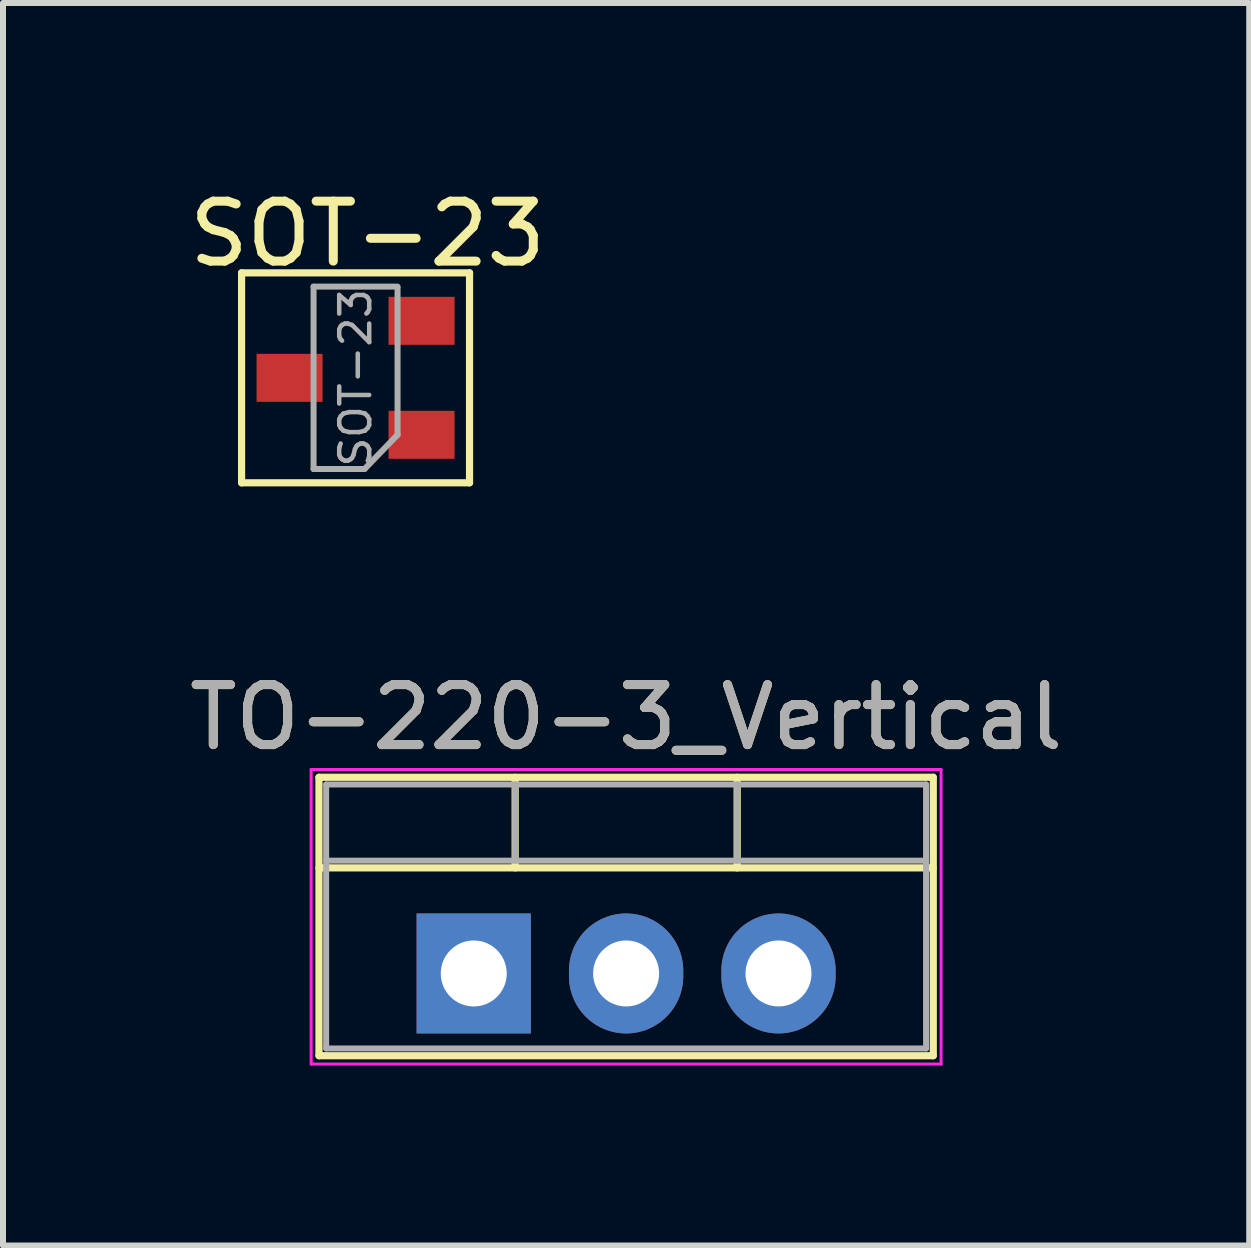
<source format=kicad_pcb>
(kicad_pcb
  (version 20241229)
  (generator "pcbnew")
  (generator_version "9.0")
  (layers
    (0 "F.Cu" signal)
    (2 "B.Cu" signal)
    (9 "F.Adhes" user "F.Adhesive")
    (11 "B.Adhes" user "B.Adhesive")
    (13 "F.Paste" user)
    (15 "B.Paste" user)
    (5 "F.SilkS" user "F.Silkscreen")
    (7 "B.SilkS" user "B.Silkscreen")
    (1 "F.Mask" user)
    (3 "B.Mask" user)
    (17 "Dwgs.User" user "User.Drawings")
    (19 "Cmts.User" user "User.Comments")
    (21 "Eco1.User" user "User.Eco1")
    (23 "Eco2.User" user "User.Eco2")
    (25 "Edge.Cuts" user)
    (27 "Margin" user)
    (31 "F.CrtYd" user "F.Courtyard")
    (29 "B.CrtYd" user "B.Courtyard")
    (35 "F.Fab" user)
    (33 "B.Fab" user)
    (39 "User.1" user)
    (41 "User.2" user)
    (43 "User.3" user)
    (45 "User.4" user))
  (footprint "TO-220-3_Vertical"
    (layer "F.Cu")
    (at 4.847 13.177)
    (property "Reference" "TO-220-3_Vertical" (at 2.54 -4.27 0) (layer "F.SilkS") (effects (font (size 1 1) (thickness 0.15))))
    (attr through_hole)
    (fp_line (start -2.58 -3.27) (end -2.58 1.371) (stroke (width 0.12) (type solid)) (layer "F.SilkS"))
    (fp_line (start -2.58 -3.27) (end 7.66 -3.27) (stroke (width 0.12) (type solid)) (layer "F.SilkS"))
    (fp_line (start -2.58 -1.76) (end 7.66 -1.76) (stroke (width 0.12) (type solid)) (layer "F.SilkS"))
    (fp_line (start -2.58 1.371) (end 7.66 1.371) (stroke (width 0.12) (type solid)) (layer "F.SilkS"))
    (fp_line (start 0.69 -3.27) (end 0.69 -1.76) (stroke (width 0.12) (type solid)) (layer "F.SilkS"))
    (fp_line (start 4.391 -3.27) (end 4.391 -1.76) (stroke (width 0.12) (type solid)) (layer "F.SilkS"))
    (fp_line (start 7.66 -3.27) (end 7.66 1.371) (stroke (width 0.12) (type solid)) (layer "F.SilkS"))
    (fp_line (start -2.71 -3.4) (end -2.71 1.51) (stroke (width 0.05) (type solid)) (layer "F.CrtYd"))
    (fp_line (start -2.71 1.51) (end 7.79 1.51) (stroke (width 0.05) (type solid)) (layer "F.CrtYd"))
    (fp_line (start 7.79 -3.4) (end -2.71 -3.4) (stroke (width 0.05) (type solid)) (layer "F.CrtYd"))
    (fp_line (start 7.79 1.51) (end 7.79 -3.4) (stroke (width 0.05) (type solid)) (layer "F.CrtYd"))
    (fp_line (start -2.46 -3.15) (end -2.46 1.25) (stroke (width 0.1) (type solid)) (layer "F.Fab"))
    (fp_line (start -2.46 -1.88) (end 7.54 -1.88) (stroke (width 0.1) (type solid)) (layer "F.Fab"))
    (fp_line (start -2.46 1.25) (end 7.54 1.25) (stroke (width 0.1) (type solid)) (layer "F.Fab"))
    (fp_line (start 0.69 -3.15) (end 0.69 -1.88) (stroke (width 0.1) (type solid)) (layer "F.Fab"))
    (fp_line (start 4.39 -3.15) (end 4.39 -1.88) (stroke (width 0.1) (type solid)) (layer "F.Fab"))
    (fp_line (start 7.54 -3.15) (end -2.46 -3.15) (stroke (width 0.1) (type solid)) (layer "F.Fab"))
    (fp_line (start 7.54 1.25) (end 7.54 -3.15) (stroke (width 0.1) (type solid)) (layer "F.Fab"))
    (fp_text user "${REFERENCE}" (at 2.54 -4.27 0) (layer "F.Fab") (effects (font (size 1 1) (thickness 0.15))))
    (pad "1" thru_hole rect (at 0 0) (size 1.905 2) (drill 1.1) (layers "*.Cu" "*.Mask"))
    (pad "2" thru_hole oval (at 2.54 0) (size 1.905 2) (drill 1.1) (layers "*.Cu" "*.Mask"))
    (pad "3" thru_hole oval (at 5.08 0) (size 1.905 2) (drill 1.1) (layers "*.Cu" "*.Mask")))
  (footprint "SOT-23"
    (layer "F.Cu")
    (at 3.077 3.348)
    (property "Reference" "SOT-23" (at 0 -2.5 0) (layer "F.SilkS") (effects (font (size 1 1) (thickness 0.15))))
    (attr smd)
    (fp_line (start -2.1 -1.85) (end 1.7 -1.85) (stroke (width 0.12) (type solid)) (layer "F.SilkS"))
    (fp_line (start -2.1 1.65) (end -2.1 -1.85) (stroke (width 0.12) (type solid)) (layer "F.SilkS"))
    (fp_line (start 1.7 -1.85) (end 1.7 1.65) (stroke (width 0.12) (type solid)) (layer "F.SilkS"))
    (fp_line (start 1.7 1.65) (end -2.1 1.65) (stroke (width 0.12) (type solid)) (layer "F.SilkS"))
    (fp_line (start -0.9 1.42) (end -0.9 -1.62) (stroke (width 0.1) (type solid)) (layer "F.Fab"))
    (fp_line (start -0.05 1.42) (end -0.9 1.42) (stroke (width 0.1) (type solid)) (layer "F.Fab"))
    (fp_line (start 0.5 -1.62) (end -0.9 -1.62) (stroke (width 0.1) (type solid)) (layer "F.Fab"))
    (fp_line (start 0.5 0.85) (end -0.05 1.42) (stroke (width 0.1) (type solid)) (layer "F.Fab"))
    (fp_line (start 0.5 0.85) (end 0.5 -1.6) (stroke (width 0.1) (type solid)) (layer "F.Fab"))
    (fp_text user "${REFERENCE}" (at -0.2 -0.1 270) (layer "F.Fab") (effects (font (size 0.5 0.5) (thickness 0.075))))
    (pad "1" smd rect (at -1.3 -0.1 180) (size 1.1 0.8) (layers "F.Cu" "F.Mask" "F.Paste"))
    (pad "2" smd rect (at 0.9 -1.05 180) (size 1.1 0.8) (layers "F.Cu" "F.Mask" "F.Paste"))
    (pad "3" smd rect (at 0.9 0.85 180) (size 1.1 0.8) (layers "F.Cu" "F.Mask" "F.Paste")))
  (gr_rect
    (start -3 -3)
    (end 17.774 17.712)
    (stroke (width 0.1) (type default))
    (fill no)
    (layer "Edge.Cuts")))
</source>
